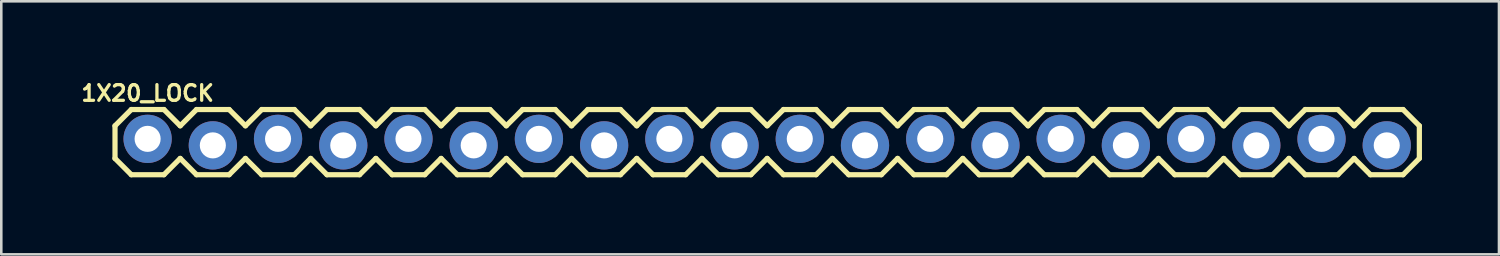
<source format=kicad_pcb>
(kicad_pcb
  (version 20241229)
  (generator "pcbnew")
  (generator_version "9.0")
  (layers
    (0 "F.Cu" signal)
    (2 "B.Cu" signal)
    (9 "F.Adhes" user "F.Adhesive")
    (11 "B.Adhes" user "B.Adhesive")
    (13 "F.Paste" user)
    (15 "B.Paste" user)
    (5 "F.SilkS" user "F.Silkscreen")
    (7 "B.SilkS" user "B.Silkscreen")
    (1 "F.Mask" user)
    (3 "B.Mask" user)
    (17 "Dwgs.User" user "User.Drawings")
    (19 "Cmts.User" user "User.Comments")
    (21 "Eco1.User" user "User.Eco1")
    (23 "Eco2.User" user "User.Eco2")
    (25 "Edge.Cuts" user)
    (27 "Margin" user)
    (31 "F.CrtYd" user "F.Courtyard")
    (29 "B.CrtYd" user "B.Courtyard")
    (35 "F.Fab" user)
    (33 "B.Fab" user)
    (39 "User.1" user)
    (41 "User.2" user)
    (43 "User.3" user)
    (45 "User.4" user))
  (footprint "1X20_LOCK"
    (layer "F.Cu")
    (at 2.699 2.485)
    (property "Reference" "1X20_LOCK" (at 0 -1.905 0) (layer "F.SilkS") (effects (font (size 0.61 0.61) (thickness 0.127))))
    (attr exclude_from_pos_files exclude_from_bom)
    (fp_line (start -1.27 -0.635) (end -1.27 0.635) (stroke (width 0.203) (type solid)) (layer "F.SilkS"))
    (fp_line (start -1.27 0.635) (end -0.635 1.27) (stroke (width 0.203) (type solid)) (layer "F.SilkS"))
    (fp_line (start -0.635 -1.27) (end -1.27 -0.635) (stroke (width 0.203) (type solid)) (layer "F.SilkS"))
    (fp_line (start -0.635 -1.27) (end 0.635 -1.27) (stroke (width 0.203) (type solid)) (layer "F.SilkS"))
    (fp_line (start 0.635 -1.27) (end 1.27 -0.635) (stroke (width 0.203) (type solid)) (layer "F.SilkS"))
    (fp_line (start 0.635 1.27) (end -0.635 1.27) (stroke (width 0.203) (type solid)) (layer "F.SilkS"))
    (fp_line (start 1.27 -0.635) (end 1.905 -1.27) (stroke (width 0.203) (type solid)) (layer "F.SilkS"))
    (fp_line (start 1.27 0.635) (end 0.635 1.27) (stroke (width 0.203) (type solid)) (layer "F.SilkS"))
    (fp_line (start 1.905 -1.27) (end 3.175 -1.27) (stroke (width 0.203) (type solid)) (layer "F.SilkS"))
    (fp_line (start 1.905 1.27) (end 1.27 0.635) (stroke (width 0.203) (type solid)) (layer "F.SilkS"))
    (fp_line (start 3.175 -1.27) (end 3.81 -0.635) (stroke (width 0.203) (type solid)) (layer "F.SilkS"))
    (fp_line (start 3.175 1.27) (end 1.905 1.27) (stroke (width 0.203) (type solid)) (layer "F.SilkS"))
    (fp_line (start 3.81 -0.635) (end 4.445 -1.27) (stroke (width 0.203) (type solid)) (layer "F.SilkS"))
    (fp_line (start 3.81 0.635) (end 3.175 1.27) (stroke (width 0.203) (type solid)) (layer "F.SilkS"))
    (fp_line (start 4.445 -1.27) (end 5.715 -1.27) (stroke (width 0.203) (type solid)) (layer "F.SilkS"))
    (fp_line (start 4.445 1.27) (end 3.81 0.635) (stroke (width 0.203) (type solid)) (layer "F.SilkS"))
    (fp_line (start 5.715 -1.27) (end 6.35 -0.635) (stroke (width 0.203) (type solid)) (layer "F.SilkS"))
    (fp_line (start 5.715 1.27) (end 4.445 1.27) (stroke (width 0.203) (type solid)) (layer "F.SilkS"))
    (fp_line (start 6.35 0.635) (end 5.715 1.27) (stroke (width 0.203) (type solid)) (layer "F.SilkS"))
    (fp_line (start 6.35 0.635) (end 6.985 1.27) (stroke (width 0.203) (type solid)) (layer "F.SilkS"))
    (fp_line (start 6.985 -1.27) (end 6.35 -0.635) (stroke (width 0.203) (type solid)) (layer "F.SilkS"))
    (fp_line (start 6.985 -1.27) (end 8.255 -1.27) (stroke (width 0.203) (type solid)) (layer "F.SilkS"))
    (fp_line (start 8.255 -1.27) (end 8.89 -0.635) (stroke (width 0.203) (type solid)) (layer "F.SilkS"))
    (fp_line (start 8.255 1.27) (end 6.985 1.27) (stroke (width 0.203) (type solid)) (layer "F.SilkS"))
    (fp_line (start 8.89 -0.635) (end 9.525 -1.27) (stroke (width 0.203) (type solid)) (layer "F.SilkS"))
    (fp_line (start 8.89 0.635) (end 8.255 1.27) (stroke (width 0.203) (type solid)) (layer "F.SilkS"))
    (fp_line (start 9.525 -1.27) (end 10.795 -1.27) (stroke (width 0.203) (type solid)) (layer "F.SilkS"))
    (fp_line (start 9.525 1.27) (end 8.89 0.635) (stroke (width 0.203) (type solid)) (layer "F.SilkS"))
    (fp_line (start 10.795 -1.27) (end 11.43 -0.635) (stroke (width 0.203) (type solid)) (layer "F.SilkS"))
    (fp_line (start 10.795 1.27) (end 9.525 1.27) (stroke (width 0.203) (type solid)) (layer "F.SilkS"))
    (fp_line (start 11.43 -0.635) (end 12.065 -1.27) (stroke (width 0.203) (type solid)) (layer "F.SilkS"))
    (fp_line (start 11.43 0.635) (end 10.795 1.27) (stroke (width 0.203) (type solid)) (layer "F.SilkS"))
    (fp_line (start 12.065 -1.27) (end 13.335 -1.27) (stroke (width 0.203) (type solid)) (layer "F.SilkS"))
    (fp_line (start 12.065 1.27) (end 11.43 0.635) (stroke (width 0.203) (type solid)) (layer "F.SilkS"))
    (fp_line (start 13.335 -1.27) (end 13.97 -0.635) (stroke (width 0.203) (type solid)) (layer "F.SilkS"))
    (fp_line (start 13.335 1.27) (end 12.065 1.27) (stroke (width 0.203) (type solid)) (layer "F.SilkS"))
    (fp_line (start 13.97 0.635) (end 13.335 1.27) (stroke (width 0.203) (type solid)) (layer "F.SilkS"))
    (fp_line (start 13.97 0.635) (end 14.605 1.27) (stroke (width 0.203) (type solid)) (layer "F.SilkS"))
    (fp_line (start 14.605 -1.27) (end 13.97 -0.635) (stroke (width 0.203) (type solid)) (layer "F.SilkS"))
    (fp_line (start 14.605 -1.27) (end 15.875 -1.27) (stroke (width 0.203) (type solid)) (layer "F.SilkS"))
    (fp_line (start 15.875 -1.27) (end 16.51 -0.635) (stroke (width 0.203) (type solid)) (layer "F.SilkS"))
    (fp_line (start 15.875 1.27) (end 14.605 1.27) (stroke (width 0.203) (type solid)) (layer "F.SilkS"))
    (fp_line (start 16.51 0.635) (end 15.875 1.27) (stroke (width 0.203) (type solid)) (layer "F.SilkS"))
    (fp_line (start 16.51 0.635) (end 17.145 1.27) (stroke (width 0.203) (type solid)) (layer "F.SilkS"))
    (fp_line (start 17.145 -1.27) (end 16.51 -0.635) (stroke (width 0.203) (type solid)) (layer "F.SilkS"))
    (fp_line (start 17.145 -1.27) (end 18.415 -1.27) (stroke (width 0.203) (type solid)) (layer "F.SilkS"))
    (fp_line (start 18.415 -1.27) (end 19.05 -0.635) (stroke (width 0.203) (type solid)) (layer "F.SilkS"))
    (fp_line (start 18.415 1.27) (end 17.145 1.27) (stroke (width 0.203) (type solid)) (layer "F.SilkS"))
    (fp_line (start 19.05 -0.635) (end 19.685 -1.27) (stroke (width 0.203) (type solid)) (layer "F.SilkS"))
    (fp_line (start 19.05 0.635) (end 18.415 1.27) (stroke (width 0.203) (type solid)) (layer "F.SilkS"))
    (fp_line (start 19.685 -1.27) (end 20.955 -1.27) (stroke (width 0.203) (type solid)) (layer "F.SilkS"))
    (fp_line (start 19.685 1.27) (end 19.05 0.635) (stroke (width 0.203) (type solid)) (layer "F.SilkS"))
    (fp_line (start 20.955 -1.27) (end 21.59 -0.635) (stroke (width 0.203) (type solid)) (layer "F.SilkS"))
    (fp_line (start 20.955 1.27) (end 19.685 1.27) (stroke (width 0.203) (type solid)) (layer "F.SilkS"))
    (fp_line (start 21.59 -0.635) (end 22.225 -1.27) (stroke (width 0.203) (type solid)) (layer "F.SilkS"))
    (fp_line (start 21.59 0.635) (end 20.955 1.27) (stroke (width 0.203) (type solid)) (layer "F.SilkS"))
    (fp_line (start 22.225 -1.27) (end 23.495 -1.27) (stroke (width 0.203) (type solid)) (layer "F.SilkS"))
    (fp_line (start 22.225 1.27) (end 21.59 0.635) (stroke (width 0.203) (type solid)) (layer "F.SilkS"))
    (fp_line (start 23.495 -1.27) (end 24.13 -0.635) (stroke (width 0.203) (type solid)) (layer "F.SilkS"))
    (fp_line (start 23.495 1.27) (end 22.225 1.27) (stroke (width 0.203) (type solid)) (layer "F.SilkS"))
    (fp_line (start 24.13 0.635) (end 23.495 1.27) (stroke (width 0.203) (type solid)) (layer "F.SilkS"))
    (fp_line (start 24.13 0.635) (end 24.765 1.27) (stroke (width 0.203) (type solid)) (layer "F.SilkS"))
    (fp_line (start 24.765 -1.27) (end 24.13 -0.635) (stroke (width 0.203) (type solid)) (layer "F.SilkS"))
    (fp_line (start 24.765 -1.27) (end 26.035 -1.27) (stroke (width 0.203) (type solid)) (layer "F.SilkS"))
    (fp_line (start 26.035 -1.27) (end 26.67 -0.635) (stroke (width 0.203) (type solid)) (layer "F.SilkS"))
    (fp_line (start 26.035 1.27) (end 24.765 1.27) (stroke (width 0.203) (type solid)) (layer "F.SilkS"))
    (fp_line (start 26.67 -0.635) (end 27.305 -1.27) (stroke (width 0.203) (type solid)) (layer "F.SilkS"))
    (fp_line (start 26.67 0.635) (end 26.035 1.27) (stroke (width 0.203) (type solid)) (layer "F.SilkS"))
    (fp_line (start 27.305 -1.27) (end 28.575 -1.27) (stroke (width 0.203) (type solid)) (layer "F.SilkS"))
    (fp_line (start 27.305 1.27) (end 26.67 0.635) (stroke (width 0.203) (type solid)) (layer "F.SilkS"))
    (fp_line (start 28.575 -1.27) (end 29.21 -0.635) (stroke (width 0.203) (type solid)) (layer "F.SilkS"))
    (fp_line (start 28.575 1.27) (end 27.305 1.27) (stroke (width 0.203) (type solid)) (layer "F.SilkS"))
    (fp_line (start 29.21 -0.635) (end 29.845 -1.27) (stroke (width 0.203) (type solid)) (layer "F.SilkS"))
    (fp_line (start 29.21 0.635) (end 28.575 1.27) (stroke (width 0.203) (type solid)) (layer "F.SilkS"))
    (fp_line (start 29.845 -1.27) (end 31.115 -1.27) (stroke (width 0.203) (type solid)) (layer "F.SilkS"))
    (fp_line (start 29.845 1.27) (end 29.21 0.635) (stroke (width 0.203) (type solid)) (layer "F.SilkS"))
    (fp_line (start 31.115 -1.27) (end 31.75 -0.635) (stroke (width 0.203) (type solid)) (layer "F.SilkS"))
    (fp_line (start 31.115 1.27) (end 29.845 1.27) (stroke (width 0.203) (type solid)) (layer "F.SilkS"))
    (fp_line (start 31.75 0.635) (end 31.115 1.27) (stroke (width 0.203) (type solid)) (layer "F.SilkS"))
    (fp_line (start 31.75 0.635) (end 32.385 1.27) (stroke (width 0.203) (type solid)) (layer "F.SilkS"))
    (fp_line (start 32.385 -1.27) (end 31.75 -0.635) (stroke (width 0.203) (type solid)) (layer "F.SilkS"))
    (fp_line (start 32.385 -1.27) (end 33.655 -1.27) (stroke (width 0.203) (type solid)) (layer "F.SilkS"))
    (fp_line (start 33.655 -1.27) (end 34.29 -0.635) (stroke (width 0.203) (type solid)) (layer "F.SilkS"))
    (fp_line (start 33.655 1.27) (end 32.385 1.27) (stroke (width 0.203) (type solid)) (layer "F.SilkS"))
    (fp_line (start 34.29 0.635) (end 33.655 1.27) (stroke (width 0.203) (type solid)) (layer "F.SilkS"))
    (fp_line (start 34.29 0.635) (end 34.925 1.27) (stroke (width 0.203) (type solid)) (layer "F.SilkS"))
    (fp_line (start 34.925 -1.27) (end 34.29 -0.635) (stroke (width 0.203) (type solid)) (layer "F.SilkS"))
    (fp_line (start 34.925 -1.27) (end 36.195 -1.27) (stroke (width 0.203) (type solid)) (layer "F.SilkS"))
    (fp_line (start 36.195 -1.27) (end 36.83 -0.635) (stroke (width 0.203) (type solid)) (layer "F.SilkS"))
    (fp_line (start 36.195 1.27) (end 34.925 1.27) (stroke (width 0.203) (type solid)) (layer "F.SilkS"))
    (fp_line (start 36.83 0.635) (end 36.195 1.27) (stroke (width 0.203) (type solid)) (layer "F.SilkS"))
    (fp_line (start 36.83 0.635) (end 37.465 1.27) (stroke (width 0.203) (type solid)) (layer "F.SilkS"))
    (fp_line (start 37.465 -1.27) (end 36.83 -0.635) (stroke (width 0.203) (type solid)) (layer "F.SilkS"))
    (fp_line (start 37.465 -1.27) (end 38.735 -1.27) (stroke (width 0.203) (type solid)) (layer "F.SilkS"))
    (fp_line (start 38.735 -1.27) (end 39.37 -0.635) (stroke (width 0.203) (type solid)) (layer "F.SilkS"))
    (fp_line (start 38.735 1.27) (end 37.465 1.27) (stroke (width 0.203) (type solid)) (layer "F.SilkS"))
    (fp_line (start 39.37 0.635) (end 38.735 1.27) (stroke (width 0.203) (type solid)) (layer "F.SilkS"))
    (fp_line (start 39.37 0.635) (end 40.005 1.27) (stroke (width 0.203) (type solid)) (layer "F.SilkS"))
    (fp_line (start 40.005 -1.27) (end 39.37 -0.635) (stroke (width 0.203) (type solid)) (layer "F.SilkS"))
    (fp_line (start 40.005 -1.27) (end 41.275 -1.27) (stroke (width 0.203) (type solid)) (layer "F.SilkS"))
    (fp_line (start 41.275 -1.27) (end 41.91 -0.635) (stroke (width 0.203) (type solid)) (layer "F.SilkS"))
    (fp_line (start 41.275 1.27) (end 40.005 1.27) (stroke (width 0.203) (type solid)) (layer "F.SilkS"))
    (fp_line (start 41.91 0.635) (end 41.275 1.27) (stroke (width 0.203) (type solid)) (layer "F.SilkS"))
    (fp_line (start 41.91 0.635) (end 42.545 1.27) (stroke (width 0.203) (type solid)) (layer "F.SilkS"))
    (fp_line (start 42.545 -1.27) (end 41.91 -0.635) (stroke (width 0.203) (type solid)) (layer "F.SilkS"))
    (fp_line (start 42.545 -1.27) (end 43.815 -1.27) (stroke (width 0.203) (type solid)) (layer "F.SilkS"))
    (fp_line (start 43.815 -1.27) (end 44.45 -0.635) (stroke (width 0.203) (type solid)) (layer "F.SilkS"))
    (fp_line (start 43.815 1.27) (end 42.545 1.27) (stroke (width 0.203) (type solid)) (layer "F.SilkS"))
    (fp_line (start 44.45 0.635) (end 43.815 1.27) (stroke (width 0.203) (type solid)) (layer "F.SilkS"))
    (fp_line (start 44.45 0.635) (end 45.085 1.27) (stroke (width 0.203) (type solid)) (layer "F.SilkS"))
    (fp_line (start 45.085 -1.27) (end 44.45 -0.635) (stroke (width 0.203) (type solid)) (layer "F.SilkS"))
    (fp_line (start 45.085 -1.27) (end 46.355 -1.27) (stroke (width 0.203) (type solid)) (layer "F.SilkS"))
    (fp_line (start 46.355 -1.27) (end 46.99 -0.635) (stroke (width 0.203) (type solid)) (layer "F.SilkS"))
    (fp_line (start 46.355 1.27) (end 45.085 1.27) (stroke (width 0.203) (type solid)) (layer "F.SilkS"))
    (fp_line (start 46.99 0.635) (end 46.355 1.27) (stroke (width 0.203) (type solid)) (layer "F.SilkS"))
    (fp_line (start 46.99 0.635) (end 47.625 1.27) (stroke (width 0.203) (type solid)) (layer "F.SilkS"))
    (fp_line (start 47.625 -1.27) (end 46.99 -0.635) (stroke (width 0.203) (type solid)) (layer "F.SilkS"))
    (fp_line (start 47.625 -1.27) (end 48.895 -1.27) (stroke (width 0.203) (type solid)) (layer "F.SilkS"))
    (fp_line (start 48.895 -1.27) (end 49.53 -0.635) (stroke (width 0.203) (type solid)) (layer "F.SilkS"))
    (fp_line (start 48.895 1.27) (end 47.625 1.27) (stroke (width 0.203) (type solid)) (layer "F.SilkS"))
    (fp_line (start 49.53 -0.635) (end 49.53 0.635) (stroke (width 0.203) (type solid)) (layer "F.SilkS"))
    (fp_line (start 49.53 0.635) (end 48.895 1.27) (stroke (width 0.203) (type solid)) (layer "F.SilkS"))
    (pad "1" thru_hole circle (at 0 -0.127) (size 1.88 1.88) (drill 1.016) (layers "*.Cu" "*.Mask"))
    (pad "2" thru_hole circle (at 2.54 0.127) (size 1.88 1.88) (drill 1.016) (layers "*.Cu" "*.Mask"))
    (pad "3" thru_hole circle (at 5.08 -0.127) (size 1.88 1.88) (drill 1.016) (layers "*.Cu" "*.Mask"))
    (pad "4" thru_hole circle (at 7.62 0.127) (size 1.88 1.88) (drill 1.016) (layers "*.Cu" "*.Mask"))
    (pad "5" thru_hole circle (at 10.16 -0.127) (size 1.88 1.88) (drill 1.016) (layers "*.Cu" "*.Mask"))
    (pad "6" thru_hole circle (at 12.7 0.127) (size 1.88 1.88) (drill 1.016) (layers "*.Cu" "*.Mask"))
    (pad "7" thru_hole circle (at 15.24 -0.127) (size 1.88 1.88) (drill 1.016) (layers "*.Cu" "*.Mask"))
    (pad "8" thru_hole circle (at 17.78 0.127) (size 1.88 1.88) (drill 1.016) (layers "*.Cu" "*.Mask"))
    (pad "9" thru_hole circle (at 20.32 -0.127) (size 1.88 1.88) (drill 1.016) (layers "*.Cu" "*.Mask"))
    (pad "10" thru_hole circle (at 22.86 0.127) (size 1.88 1.88) (drill 1.016) (layers "*.Cu" "*.Mask"))
    (pad "11" thru_hole circle (at 25.4 -0.127) (size 1.88 1.88) (drill 1.016) (layers "*.Cu" "*.Mask"))
    (pad "12" thru_hole circle (at 27.94 0.127) (size 1.88 1.88) (drill 1.016) (layers "*.Cu" "*.Mask"))
    (pad "13" thru_hole circle (at 30.48 -0.127) (size 1.88 1.88) (drill 1.016) (layers "*.Cu" "*.Mask"))
    (pad "14" thru_hole circle (at 33.02 0.127) (size 1.88 1.88) (drill 1.016) (layers "*.Cu" "*.Mask"))
    (pad "15" thru_hole circle (at 35.56 -0.127) (size 1.88 1.88) (drill 1.016) (layers "*.Cu" "*.Mask"))
    (pad "16" thru_hole circle (at 38.1 0.127) (size 1.88 1.88) (drill 1.016) (layers "*.Cu" "*.Mask"))
    (pad "17" thru_hole circle (at 40.64 -0.127) (size 1.88 1.88) (drill 1.016) (layers "*.Cu" "*.Mask"))
    (pad "18" thru_hole circle (at 43.18 0.127) (size 1.88 1.88) (drill 1.016) (layers "*.Cu" "*.Mask"))
    (pad "19" thru_hole circle (at 45.72 -0.127) (size 1.88 1.88) (drill 1.016) (layers "*.Cu" "*.Mask"))
    (pad "20" thru_hole circle (at 48.26 0.127) (size 1.88 1.88) (drill 1.016) (layers "*.Cu" "*.Mask")))
  (gr_rect
    (start -3 -3)
    (end 55.33 6.856)
    (stroke (width 0.1) (type default))
    (fill no)
    (layer "Edge.Cuts")))
</source>
